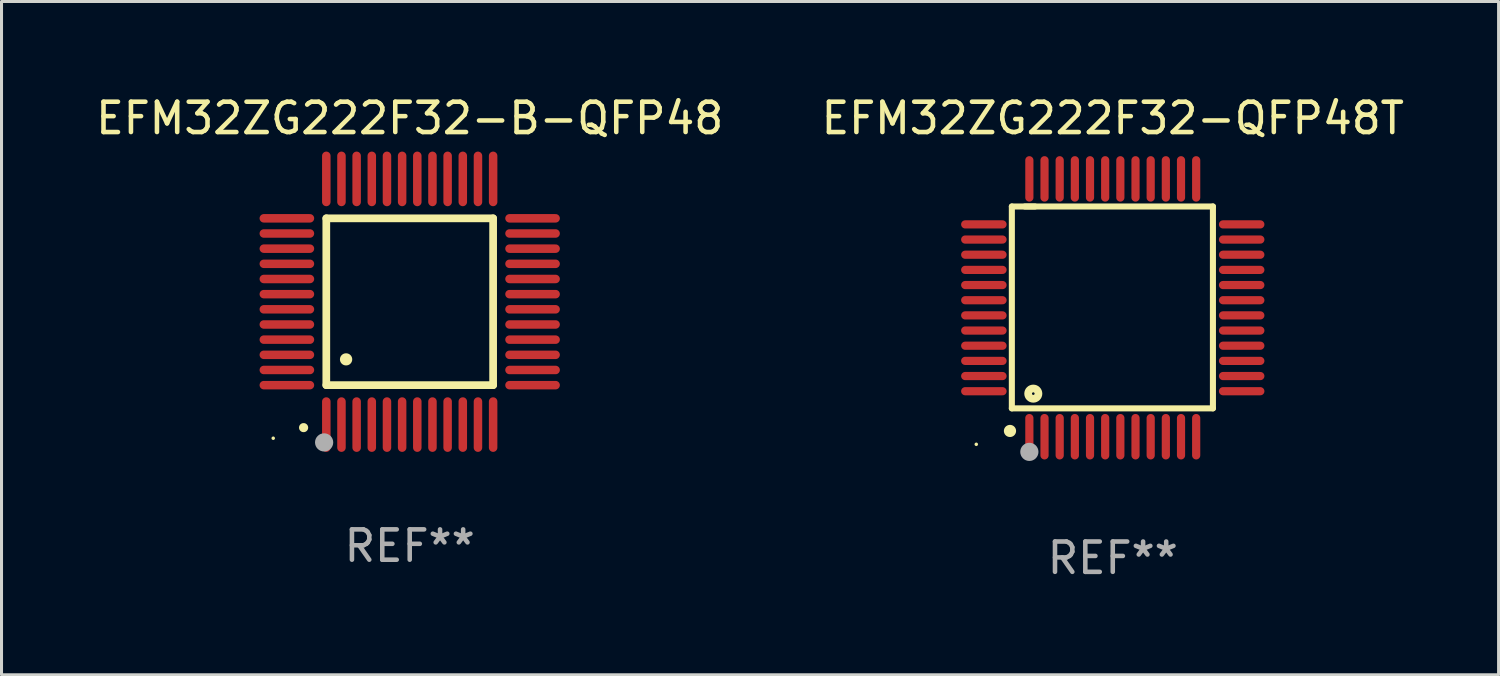
<source format=kicad_pcb>
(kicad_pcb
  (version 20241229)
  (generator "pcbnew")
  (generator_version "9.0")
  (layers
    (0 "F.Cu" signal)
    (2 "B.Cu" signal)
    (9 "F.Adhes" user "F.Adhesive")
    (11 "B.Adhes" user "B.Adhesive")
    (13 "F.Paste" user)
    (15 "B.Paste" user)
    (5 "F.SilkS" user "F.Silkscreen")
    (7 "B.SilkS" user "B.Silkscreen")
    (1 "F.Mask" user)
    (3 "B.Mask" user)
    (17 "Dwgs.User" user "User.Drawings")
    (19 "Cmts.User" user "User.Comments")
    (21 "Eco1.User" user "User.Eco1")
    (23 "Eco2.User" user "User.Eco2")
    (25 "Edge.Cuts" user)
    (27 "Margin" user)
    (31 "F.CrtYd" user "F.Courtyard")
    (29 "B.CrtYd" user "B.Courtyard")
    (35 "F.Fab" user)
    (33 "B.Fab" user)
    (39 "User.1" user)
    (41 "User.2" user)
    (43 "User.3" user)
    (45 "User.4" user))
  (footprint "EFM32ZG222F32-B-QFP48"
    (layer "F.Cu")
    (at 10.458 6.898)
    (property "Reference" "EFM32ZG222F32-B-QFP48" (at 0 -6.05 0) (layer "F.SilkS") (effects (font (size 1 1) (thickness 0.15))))
    (attr through_hole)
    (fp_line (start -2.75 -2.75) (end 2.75 -2.75) (stroke (width 0.254) (type solid)) (layer "F.SilkS"))
    (fp_line (start -2.75 2.75) (end -2.75 -2.75) (stroke (width 0.254) (type solid)) (layer "F.SilkS"))
    (fp_line (start 2.75 -2.75) (end 2.75 2.75) (stroke (width 0.254) (type solid)) (layer "F.SilkS"))
    (fp_line (start 2.75 2.75) (end -2.75 2.75) (stroke (width 0.254) (type solid)) (layer "F.SilkS"))
    (fp_arc (start -3.500127 4.150368) (mid -3.498857 4.150363) (end -3.497587 4.150368) (stroke (width 0.3) (type solid)) (layer "F.SilkS"))
    (fp_arc (start -2.100584 1.899924) (mid -2.098044 1.899908) (end -2.095504 1.899924) (stroke (width 0.4) (type solid)) (layer "F.SilkS"))
    (fp_circle (center -4.5 4.5) (end -4.47 4.5) (stroke (width 0.06) (type solid)) (fill no) (layer "F.SilkS"))
    (fp_circle (center -2.822 4.638) (end -2.672 4.638) (stroke (width 0.3) (type solid)) (fill no) (layer "F.Fab"))
    (fp_text user "REF**" (at 0 8.05 0) (layer "F.Fab") (effects (font (size 1 1) (thickness 0.15))))
    (pad "1" smd oval (at -2.75 4.05) (size 0.28 1.8) (layers "F.Cu" "F.Mask" "F.Paste"))
    (pad "2" smd oval (at -2.25 4.05) (size 0.28 1.8) (layers "F.Cu" "F.Mask" "F.Paste"))
    (pad "3" smd oval (at -1.75 4.05) (size 0.28 1.8) (layers "F.Cu" "F.Mask" "F.Paste"))
    (pad "4" smd oval (at -1.25 4.05) (size 0.28 1.8) (layers "F.Cu" "F.Mask" "F.Paste"))
    (pad "5" smd oval (at -0.75 4.05) (size 0.28 1.8) (layers "F.Cu" "F.Mask" "F.Paste"))
    (pad "6" smd oval (at -0.25 4.05) (size 0.28 1.8) (layers "F.Cu" "F.Mask" "F.Paste"))
    (pad "7" smd oval (at 0.25 4.05) (size 0.28 1.8) (layers "F.Cu" "F.Mask" "F.Paste"))
    (pad "8" smd oval (at 0.75 4.05) (size 0.28 1.8) (layers "F.Cu" "F.Mask" "F.Paste"))
    (pad "9" smd oval (at 1.25 4.05) (size 0.28 1.8) (layers "F.Cu" "F.Mask" "F.Paste"))
    (pad "10" smd oval (at 1.75 4.05) (size 0.28 1.8) (layers "F.Cu" "F.Mask" "F.Paste"))
    (pad "11" smd oval (at 2.25 4.05) (size 0.28 1.8) (layers "F.Cu" "F.Mask" "F.Paste"))
    (pad "12" smd oval (at 2.75 4.05) (size 0.28 1.8) (layers "F.Cu" "F.Mask" "F.Paste"))
    (pad "13" smd oval (at 4.05 2.75) (size 1.8 0.28) (layers "F.Cu" "F.Mask" "F.Paste"))
    (pad "14" smd oval (at 4.05 2.25) (size 1.8 0.28) (layers "F.Cu" "F.Mask" "F.Paste"))
    (pad "15" smd oval (at 4.05 1.75) (size 1.8 0.28) (layers "F.Cu" "F.Mask" "F.Paste"))
    (pad "16" smd oval (at 4.05 1.25) (size 1.8 0.28) (layers "F.Cu" "F.Mask" "F.Paste"))
    (pad "17" smd oval (at 4.05 0.75) (size 1.8 0.28) (layers "F.Cu" "F.Mask" "F.Paste"))
    (pad "18" smd oval (at 4.05 0.25) (size 1.8 0.28) (layers "F.Cu" "F.Mask" "F.Paste"))
    (pad "19" smd oval (at 4.05 -0.25) (size 1.8 0.28) (layers "F.Cu" "F.Mask" "F.Paste"))
    (pad "20" smd oval (at 4.05 -0.75) (size 1.8 0.28) (layers "F.Cu" "F.Mask" "F.Paste"))
    (pad "21" smd oval (at 4.05 -1.25) (size 1.8 0.28) (layers "F.Cu" "F.Mask" "F.Paste"))
    (pad "22" smd oval (at 4.05 -1.75) (size 1.8 0.28) (layers "F.Cu" "F.Mask" "F.Paste"))
    (pad "23" smd oval (at 4.05 -2.25) (size 1.8 0.28) (layers "F.Cu" "F.Mask" "F.Paste"))
    (pad "24" smd oval (at 4.05 -2.75) (size 1.8 0.28) (layers "F.Cu" "F.Mask" "F.Paste"))
    (pad "25" smd oval (at 2.75 -4.05) (size 0.28 1.8) (layers "F.Cu" "F.Mask" "F.Paste"))
    (pad "26" smd oval (at 2.25 -4.05) (size 0.28 1.8) (layers "F.Cu" "F.Mask" "F.Paste"))
    (pad "27" smd oval (at 1.75 -4.05) (size 0.28 1.8) (layers "F.Cu" "F.Mask" "F.Paste"))
    (pad "28" smd oval (at 1.25 -4.05) (size 0.28 1.8) (layers "F.Cu" "F.Mask" "F.Paste"))
    (pad "29" smd oval (at 0.75 -4.05) (size 0.28 1.8) (layers "F.Cu" "F.Mask" "F.Paste"))
    (pad "30" smd oval (at 0.25 -4.05) (size 0.28 1.8) (layers "F.Cu" "F.Mask" "F.Paste"))
    (pad "31" smd oval (at -0.25 -4.05) (size 0.28 1.8) (layers "F.Cu" "F.Mask" "F.Paste"))
    (pad "32" smd oval (at -0.75 -4.05) (size 0.28 1.8) (layers "F.Cu" "F.Mask" "F.Paste"))
    (pad "33" smd oval (at -1.25 -4.05) (size 0.28 1.8) (layers "F.Cu" "F.Mask" "F.Paste"))
    (pad "34" smd oval (at -1.75 -4.05) (size 0.28 1.8) (layers "F.Cu" "F.Mask" "F.Paste"))
    (pad "35" smd oval (at -2.25 -4.05) (size 0.28 1.8) (layers "F.Cu" "F.Mask" "F.Paste"))
    (pad "36" smd oval (at -2.75 -4.05) (size 0.28 1.8) (layers "F.Cu" "F.Mask" "F.Paste"))
    (pad "37" smd oval (at -4.05 -2.75) (size 1.8 0.28) (layers "F.Cu" "F.Mask" "F.Paste"))
    (pad "38" smd oval (at -4.05 -2.25) (size 1.8 0.28) (layers "F.Cu" "F.Mask" "F.Paste"))
    (pad "39" smd oval (at -4.05 -1.75) (size 1.8 0.28) (layers "F.Cu" "F.Mask" "F.Paste"))
    (pad "40" smd oval (at -4.05 -1.25) (size 1.8 0.28) (layers "F.Cu" "F.Mask" "F.Paste"))
    (pad "41" smd oval (at -4.05 -0.75) (size 1.8 0.28) (layers "F.Cu" "F.Mask" "F.Paste"))
    (pad "42" smd oval (at -4.05 -0.25) (size 1.8 0.28) (layers "F.Cu" "F.Mask" "F.Paste"))
    (pad "43" smd oval (at -4.05 0.25) (size 1.8 0.28) (layers "F.Cu" "F.Mask" "F.Paste"))
    (pad "44" smd oval (at -4.05 0.75) (size 1.8 0.28) (layers "F.Cu" "F.Mask" "F.Paste"))
    (pad "45" smd oval (at -4.05 1.25) (size 1.8 0.28) (layers "F.Cu" "F.Mask" "F.Paste"))
    (pad "46" smd oval (at -4.05 1.75) (size 1.8 0.28) (layers "F.Cu" "F.Mask" "F.Paste"))
    (pad "47" smd oval (at -4.05 2.25) (size 1.8 0.28) (layers "F.Cu" "F.Mask" "F.Paste"))
    (pad "48" smd oval (at -4.05 2.75) (size 1.8 0.28) (layers "F.Cu" "F.Mask" "F.Paste")))
  (footprint "EFM32ZG222F32-QFP48T"
    (layer "F.Cu")
    (at 33.637 7.098)
    (property "Reference" "EFM32ZG222F32-QFP48T" (at 0 -6.25 0) (layer "F.SilkS") (effects (font (size 1 1) (thickness 0.15))))
    (attr through_hole)
    (fp_line (start -3.327 -3.34) (end -2.565 -3.34) (stroke (width 0.2) (type solid)) (layer "F.SilkS"))
    (fp_line (start -3.327 3.315) (end -3.327 -3.34) (stroke (width 0.2) (type solid)) (layer "F.SilkS"))
    (fp_line (start -2.896 -3.34) (end 3.302 -3.34) (stroke (width 0.2) (type solid)) (layer "F.SilkS"))
    (fp_line (start 3.302 -3.34) (end 3.302 3.315) (stroke (width 0.2) (type solid)) (layer "F.SilkS"))
    (fp_line (start 3.302 3.315) (end -3.327 3.315) (stroke (width 0.2) (type solid)) (layer "F.SilkS"))
    (fp_arc (start -3.389992 4.059995) (mid -3.388722 4.059991) (end -3.387452 4.059995) (stroke (width 0.4) (type solid)) (layer "F.SilkS"))
    (fp_circle (center -4.5 4.5) (end -4.47 4.5) (stroke (width 0.06) (type solid)) (fill no) (layer "F.SilkS"))
    (fp_circle (center -2.62 2.83) (end -2.45 2.83) (stroke (width 0.254) (type solid)) (fill no) (layer "F.SilkS"))
    (fp_circle (center -2.75 4.75) (end -2.6 4.75) (stroke (width 0.3) (type solid)) (fill no) (layer "F.Fab"))
    (fp_text user "REF**" (at 0 8.25 0) (layer "F.Fab") (effects (font (size 1 1) (thickness 0.15))))
    (pad "1" smd oval (at -2.75 4.25) (size 0.27 1.5) (layers "F.Cu" "F.Mask" "F.Paste"))
    (pad "2" smd oval (at -2.25 4.25) (size 0.27 1.5) (layers "F.Cu" "F.Mask" "F.Paste"))
    (pad "3" smd oval (at -1.75 4.25) (size 0.27 1.5) (layers "F.Cu" "F.Mask" "F.Paste"))
    (pad "4" smd oval (at -1.25 4.25) (size 0.27 1.5) (layers "F.Cu" "F.Mask" "F.Paste"))
    (pad "5" smd oval (at -0.75 4.25) (size 0.27 1.5) (layers "F.Cu" "F.Mask" "F.Paste"))
    (pad "6" smd oval (at -0.25 4.25) (size 0.27 1.5) (layers "F.Cu" "F.Mask" "F.Paste"))
    (pad "7" smd oval (at 0.25 4.25) (size 0.27 1.5) (layers "F.Cu" "F.Mask" "F.Paste"))
    (pad "8" smd oval (at 0.75 4.25) (size 0.27 1.5) (layers "F.Cu" "F.Mask" "F.Paste"))
    (pad "9" smd oval (at 1.25 4.25) (size 0.27 1.5) (layers "F.Cu" "F.Mask" "F.Paste"))
    (pad "10" smd oval (at 1.75 4.25) (size 0.27 1.5) (layers "F.Cu" "F.Mask" "F.Paste"))
    (pad "11" smd oval (at 2.25 4.25) (size 0.27 1.5) (layers "F.Cu" "F.Mask" "F.Paste"))
    (pad "12" smd oval (at 2.75 4.25) (size 0.27 1.5) (layers "F.Cu" "F.Mask" "F.Paste"))
    (pad "13" smd oval (at 4.25 2.75) (size 1.5 0.27) (layers "F.Cu" "F.Mask" "F.Paste"))
    (pad "14" smd oval (at 4.25 2.25) (size 1.5 0.27) (layers "F.Cu" "F.Mask" "F.Paste"))
    (pad "15" smd oval (at 4.25 1.75) (size 1.5 0.27) (layers "F.Cu" "F.Mask" "F.Paste"))
    (pad "16" smd oval (at 4.25 1.25) (size 1.5 0.27) (layers "F.Cu" "F.Mask" "F.Paste"))
    (pad "17" smd oval (at 4.25 0.75) (size 1.5 0.27) (layers "F.Cu" "F.Mask" "F.Paste"))
    (pad "18" smd oval (at 4.25 0.25) (size 1.5 0.27) (layers "F.Cu" "F.Mask" "F.Paste"))
    (pad "19" smd oval (at 4.25 -0.25) (size 1.5 0.27) (layers "F.Cu" "F.Mask" "F.Paste"))
    (pad "20" smd oval (at 4.25 -0.75) (size 1.5 0.27) (layers "F.Cu" "F.Mask" "F.Paste"))
    (pad "21" smd oval (at 4.25 -1.25) (size 1.5 0.27) (layers "F.Cu" "F.Mask" "F.Paste"))
    (pad "22" smd oval (at 4.25 -1.75) (size 1.5 0.27) (layers "F.Cu" "F.Mask" "F.Paste"))
    (pad "23" smd oval (at 4.25 -2.25) (size 1.5 0.27) (layers "F.Cu" "F.Mask" "F.Paste"))
    (pad "24" smd oval (at 4.25 -2.75) (size 1.5 0.27) (layers "F.Cu" "F.Mask" "F.Paste"))
    (pad "25" smd oval (at 2.75 -4.25) (size 0.27 1.5) (layers "F.Cu" "F.Mask" "F.Paste"))
    (pad "26" smd oval (at 2.25 -4.25) (size 0.27 1.5) (layers "F.Cu" "F.Mask" "F.Paste"))
    (pad "27" smd oval (at 1.75 -4.25) (size 0.27 1.5) (layers "F.Cu" "F.Mask" "F.Paste"))
    (pad "28" smd oval (at 1.25 -4.25) (size 0.27 1.5) (layers "F.Cu" "F.Mask" "F.Paste"))
    (pad "29" smd oval (at 0.75 -4.25) (size 0.27 1.5) (layers "F.Cu" "F.Mask" "F.Paste"))
    (pad "30" smd oval (at 0.25 -4.25) (size 0.27 1.5) (layers "F.Cu" "F.Mask" "F.Paste"))
    (pad "31" smd oval (at -0.25 -4.25) (size 0.27 1.5) (layers "F.Cu" "F.Mask" "F.Paste"))
    (pad "32" smd oval (at -0.75 -4.25) (size 0.27 1.5) (layers "F.Cu" "F.Mask" "F.Paste"))
    (pad "33" smd oval (at -1.25 -4.25) (size 0.27 1.5) (layers "F.Cu" "F.Mask" "F.Paste"))
    (pad "34" smd oval (at -1.75 -4.25) (size 0.27 1.5) (layers "F.Cu" "F.Mask" "F.Paste"))
    (pad "35" smd oval (at -2.25 -4.25) (size 0.27 1.5) (layers "F.Cu" "F.Mask" "F.Paste"))
    (pad "36" smd oval (at -2.75 -4.25) (size 0.27 1.5) (layers "F.Cu" "F.Mask" "F.Paste"))
    (pad "37" smd oval (at -4.25 -2.75) (size 1.5 0.27) (layers "F.Cu" "F.Mask" "F.Paste"))
    (pad "38" smd oval (at -4.25 -2.25) (size 1.5 0.27) (layers "F.Cu" "F.Mask" "F.Paste"))
    (pad "39" smd oval (at -4.25 -1.75) (size 1.5 0.27) (layers "F.Cu" "F.Mask" "F.Paste"))
    (pad "40" smd oval (at -4.25 -1.25) (size 1.5 0.27) (layers "F.Cu" "F.Mask" "F.Paste"))
    (pad "41" smd oval (at -4.25 -0.75) (size 1.5 0.27) (layers "F.Cu" "F.Mask" "F.Paste"))
    (pad "42" smd oval (at -4.25 -0.25) (size 1.5 0.27) (layers "F.Cu" "F.Mask" "F.Paste"))
    (pad "43" smd oval (at -4.25 0.25) (size 1.5 0.27) (layers "F.Cu" "F.Mask" "F.Paste"))
    (pad "44" smd oval (at -4.25 0.75) (size 1.5 0.27) (layers "F.Cu" "F.Mask" "F.Paste"))
    (pad "45" smd oval (at -4.25 1.25) (size 1.5 0.27) (layers "F.Cu" "F.Mask" "F.Paste"))
    (pad "46" smd oval (at -4.25 1.75) (size 1.5 0.27) (layers "F.Cu" "F.Mask" "F.Paste"))
    (pad "47" smd oval (at -4.25 2.25) (size 1.5 0.27) (layers "F.Cu" "F.Mask" "F.Paste"))
    (pad "48" smd oval (at -4.25 2.75) (size 1.5 0.27) (layers "F.Cu" "F.Mask" "F.Paste")))
  (gr_rect
    (start -3 -3)
    (end 46.357 19.196)
    (stroke (width 0.1) (type default))
    (fill no)
    (layer "Edge.Cuts")))
</source>
